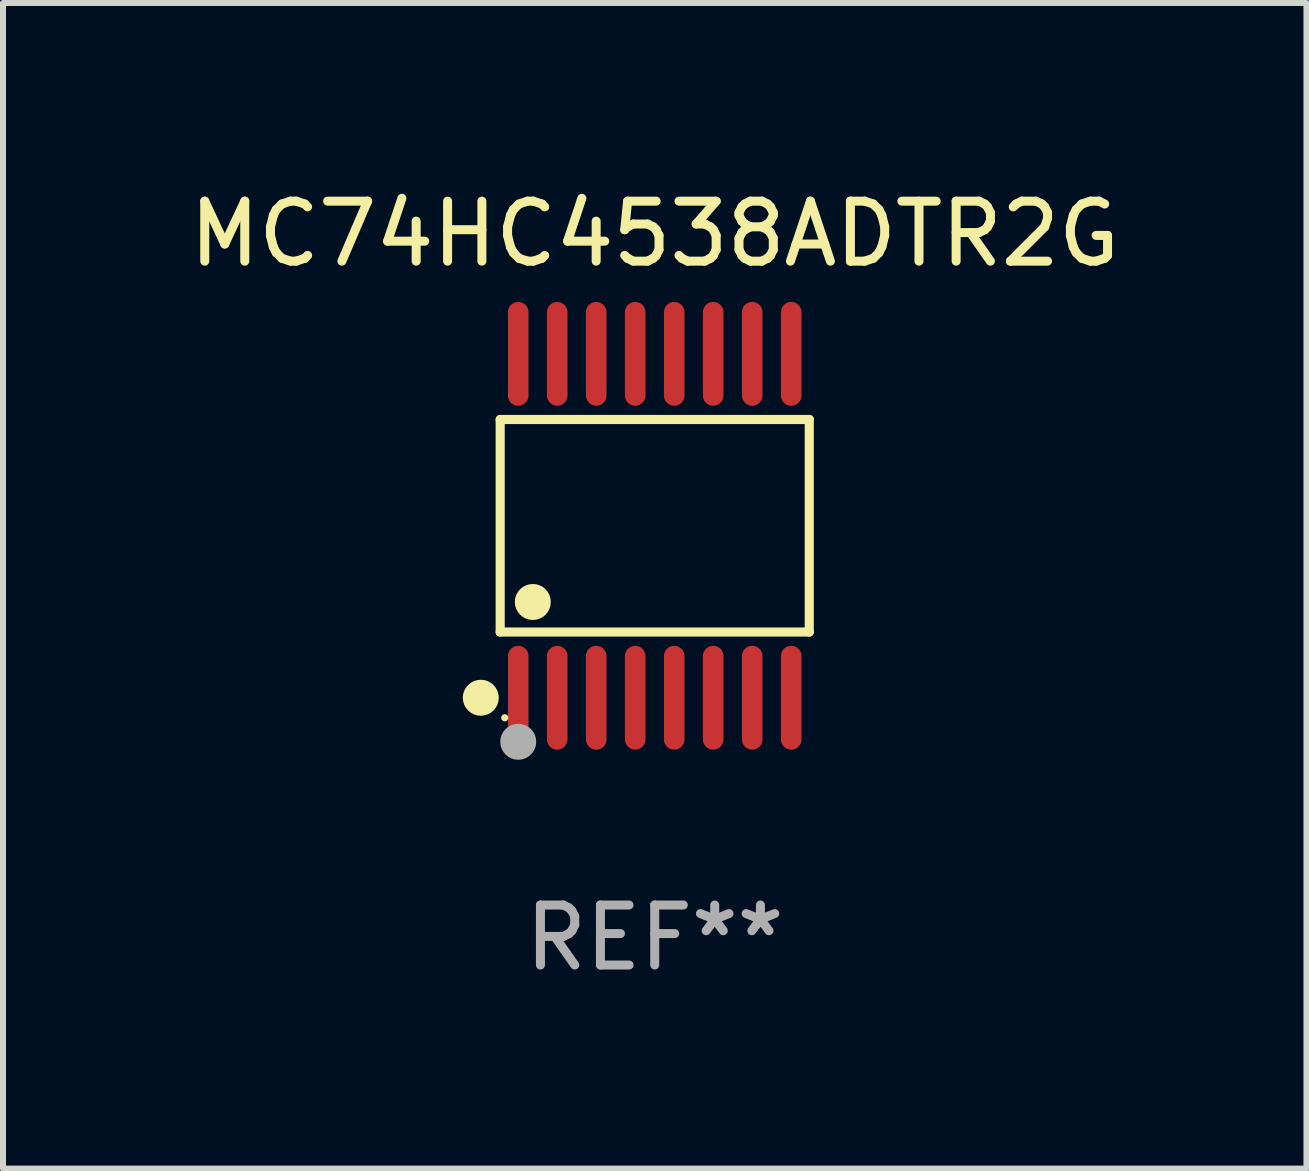
<source format=kicad_pcb>
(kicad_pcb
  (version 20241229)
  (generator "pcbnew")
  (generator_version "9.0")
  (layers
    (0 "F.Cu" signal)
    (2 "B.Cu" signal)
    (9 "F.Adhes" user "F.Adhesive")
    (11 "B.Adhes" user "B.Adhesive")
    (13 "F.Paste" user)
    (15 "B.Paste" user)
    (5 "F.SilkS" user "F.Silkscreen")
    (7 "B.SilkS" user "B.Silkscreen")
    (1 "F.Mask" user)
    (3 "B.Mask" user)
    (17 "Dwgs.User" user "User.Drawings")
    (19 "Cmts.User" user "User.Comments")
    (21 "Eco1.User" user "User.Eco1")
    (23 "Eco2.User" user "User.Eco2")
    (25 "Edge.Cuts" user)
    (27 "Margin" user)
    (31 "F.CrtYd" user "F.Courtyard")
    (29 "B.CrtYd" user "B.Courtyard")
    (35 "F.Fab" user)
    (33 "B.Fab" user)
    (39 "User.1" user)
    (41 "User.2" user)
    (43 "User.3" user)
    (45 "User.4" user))
  (footprint "MC74HC4538ADTR2G"
    (layer "F.Cu")
    (at 7.863 5.714)
    (property "Reference" "MC74HC4538ADTR2G" (at 0 -4.866 0) (layer "F.SilkS") (effects (font (size 1 1) (thickness 0.15))))
    (attr through_hole)
    (fp_line (start -2.576 -1.772) (end 2.576 -1.772) (stroke (width 0.152) (type solid)) (layer "F.SilkS"))
    (fp_line (start -2.576 1.771) (end -2.576 -1.772) (stroke (width 0.152) (type solid)) (layer "F.SilkS"))
    (fp_line (start 2.576 -1.772) (end 2.576 1.771) (stroke (width 0.152) (type solid)) (layer "F.SilkS"))
    (fp_line (start 2.576 1.771) (end -2.576 1.771) (stroke (width 0.152) (type solid)) (layer "F.SilkS"))
    (fp_circle (center -2.899 2.866) (end -2.749 2.866) (stroke (width 0.3) (type solid)) (fill no) (layer "F.SilkS"))
    (fp_circle (center -2.5 3.2) (end -2.47 3.2) (stroke (width 0.06) (type solid)) (fill no) (layer "F.SilkS"))
    (fp_circle (center -2.032 1.27) (end -1.882 1.27) (stroke (width 0.3) (type solid)) (fill no) (layer "F.SilkS"))
    (fp_circle (center -2.275 3.6) (end -2.125 3.6) (stroke (width 0.3) (type solid)) (fill no) (layer "F.Fab"))
    (fp_text user "REF**" (at 0 6.866 0) (layer "F.Fab") (effects (font (size 1 1) (thickness 0.15))))
    (pad "1" smd oval (at -2.275 2.866) (size 0.343 1.731) (layers "F.Cu" "F.Mask" "F.Paste"))
    (pad "2" smd oval (at -1.625 2.866) (size 0.343 1.731) (layers "F.Cu" "F.Mask" "F.Paste"))
    (pad "3" smd oval (at -0.975 2.866) (size 0.343 1.731) (layers "F.Cu" "F.Mask" "F.Paste"))
    (pad "4" smd oval (at -0.325 2.866) (size 0.343 1.731) (layers "F.Cu" "F.Mask" "F.Paste"))
    (pad "5" smd oval (at 0.325 2.866) (size 0.343 1.731) (layers "F.Cu" "F.Mask" "F.Paste"))
    (pad "6" smd oval (at 0.975 2.866) (size 0.343 1.731) (layers "F.Cu" "F.Mask" "F.Paste"))
    (pad "7" smd oval (at 1.625 2.866) (size 0.343 1.731) (layers "F.Cu" "F.Mask" "F.Paste"))
    (pad "8" smd oval (at 2.275 2.866) (size 0.343 1.731) (layers "F.Cu" "F.Mask" "F.Paste"))
    (pad "9" smd oval (at 2.275 -2.866) (size 0.343 1.731) (layers "F.Cu" "F.Mask" "F.Paste"))
    (pad "10" smd oval (at 1.625 -2.866) (size 0.343 1.731) (layers "F.Cu" "F.Mask" "F.Paste"))
    (pad "11" smd oval (at 0.975 -2.866) (size 0.343 1.731) (layers "F.Cu" "F.Mask" "F.Paste"))
    (pad "12" smd oval (at 0.325 -2.866) (size 0.343 1.731) (layers "F.Cu" "F.Mask" "F.Paste"))
    (pad "13" smd oval (at -0.325 -2.866) (size 0.343 1.731) (layers "F.Cu" "F.Mask" "F.Paste"))
    (pad "14" smd oval (at -0.975 -2.866) (size 0.343 1.731) (layers "F.Cu" "F.Mask" "F.Paste"))
    (pad "15" smd oval (at -1.625 -2.866) (size 0.343 1.731) (layers "F.Cu" "F.Mask" "F.Paste"))
    (pad "16" smd oval (at -2.275 -2.866) (size 0.343 1.731) (layers "F.Cu" "F.Mask" "F.Paste")))
  (gr_rect
    (start -3 -3)
    (end 18.726 16.428)
    (stroke (width 0.1) (type default))
    (fill no)
    (layer "Edge.Cuts")))
</source>
